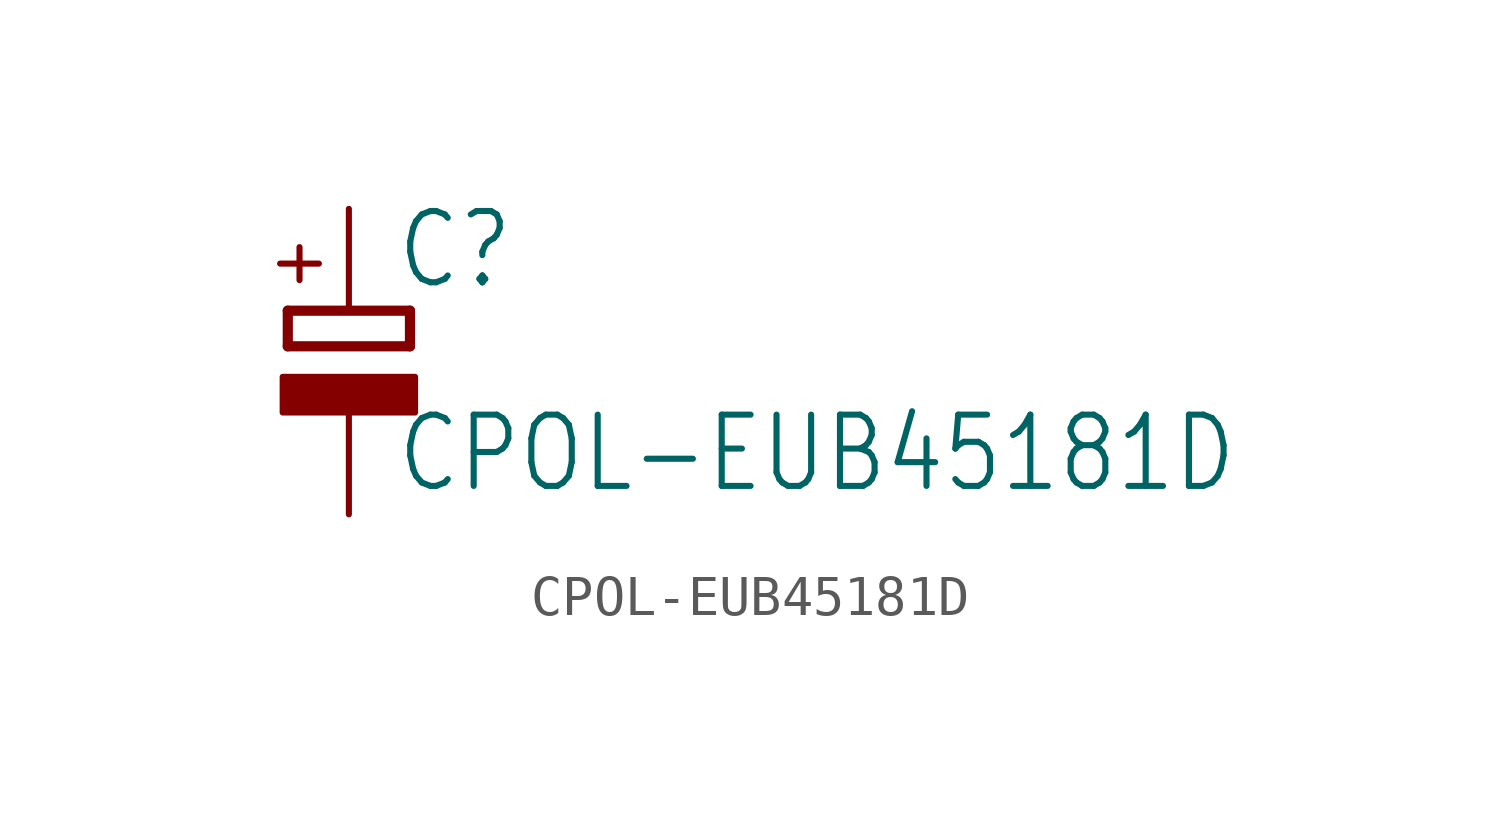
<source format=kicad_sym>
(kicad_symbol_lib
  (version 20220914)
  (generator kicad_symbol_editor)
  (symbol "CPOL-EUB45181D"
    (property "Reference" "C"
      (at 1.143 0.483 0)
      (effects (font (size 1.778 1.511)) (justify left bottom)))
    (property "Value" "CPOL-EUB45181D"
      (at 1.143 -4.597 0)
      (effects (font (size 1.778 1.511)) (justify left bottom)))
    (property "ki_locked" ""
      (at 0 0 0)
      (effects (font (size 1.27 1.27))))
    (symbol "CPOL-EUB45181D_1_0"
      (rectangle (start -1.651 -2.54) (end 1.651 -1.651) (stroke (width 0) (type default)) (fill (type outline)))
      (polyline (pts (xy -1.524 -0.889) (xy 1.524 -0.889)) (stroke (width 0.254) (type default)) (fill (type none)))
      (polyline (pts (xy -1.524 0) (xy -1.524 -0.889)) (stroke (width 0.254) (type default)) (fill (type none)))
      (polyline (pts (xy -1.524 0) (xy 1.524 0)) (stroke (width 0.254) (type default)) (fill (type none)))
      (polyline (pts (xy 1.524 -0.889) (xy 1.524 0)) (stroke (width 0.254) (type default)) (fill (type none)))
      (text "+" (at -0.584 0.406 900) (effects (font (size 1.27 1.079)) (justify left bottom)))
      (pin passive line (at 0 2.54 270) (length 2.54) (name "+" (effects (font (size 0 0)))) (number "+" (effects (font (size 0 0)))))
      (pin passive line (at 0 -5.08 90) (length 2.54) (name "-" (effects (font (size 0 0)))) (number "-" (effects (font (size 0 0))))))))
</source>
